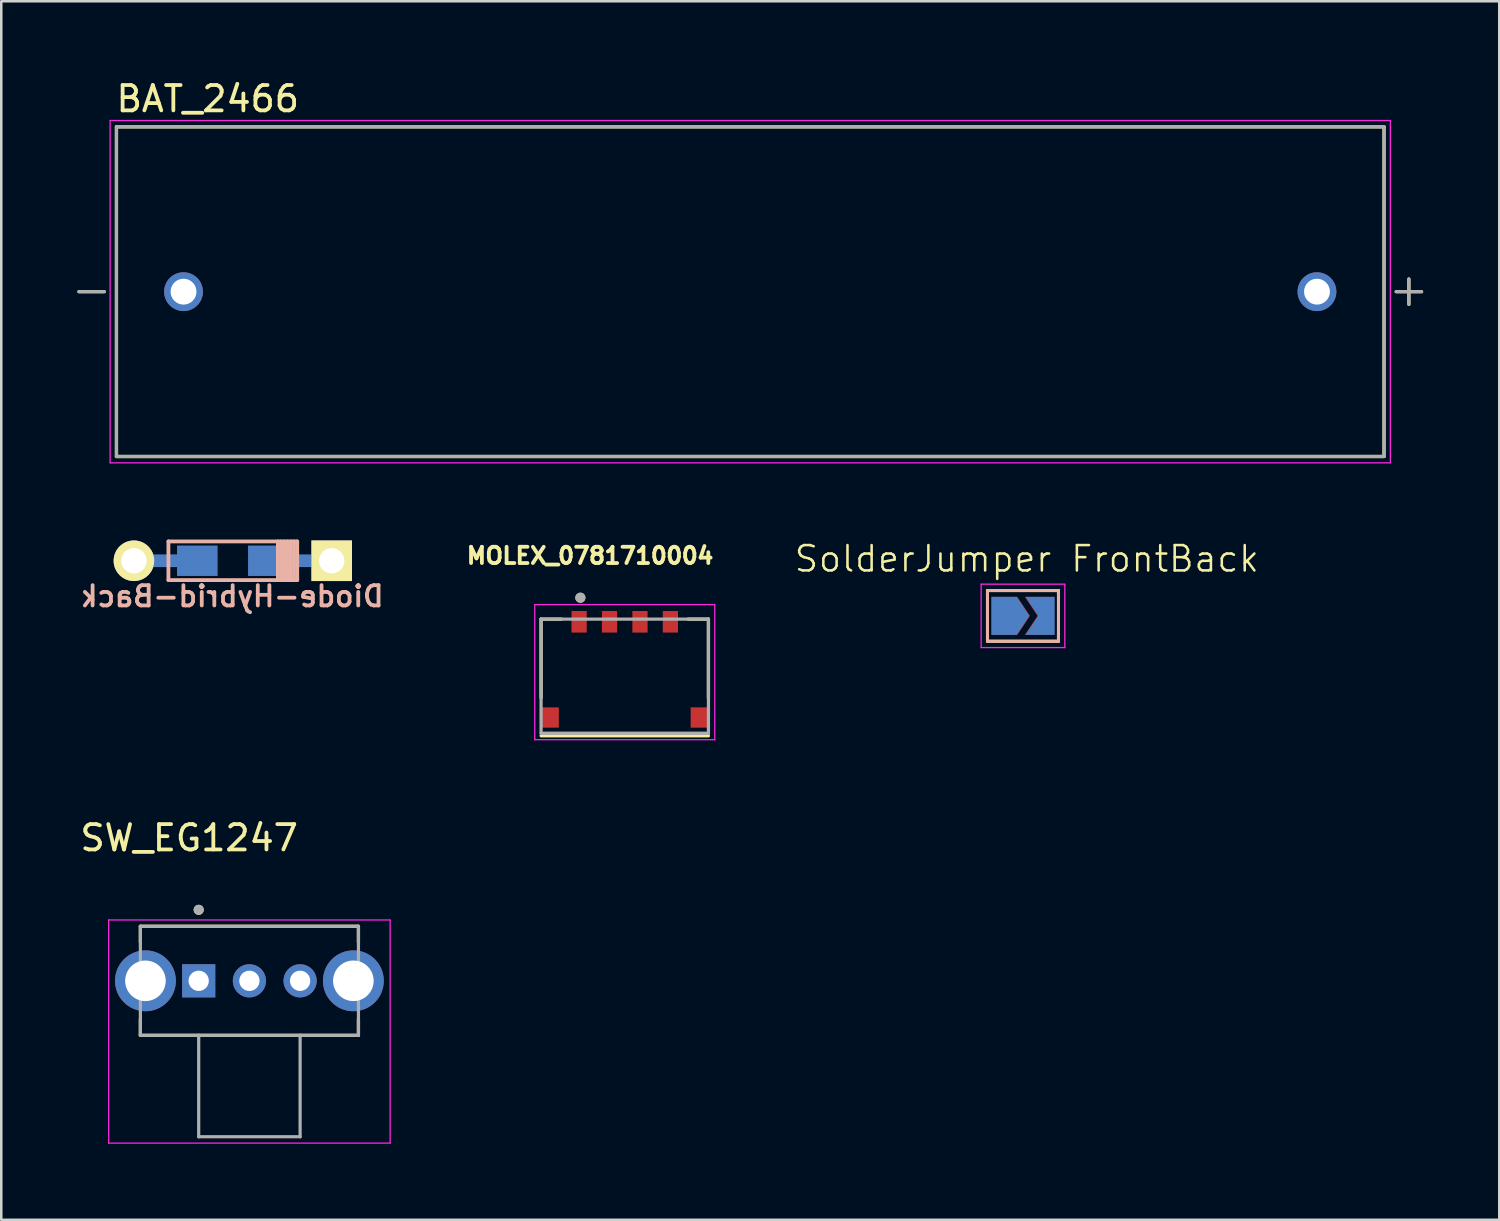
<source format=kicad_pcb>
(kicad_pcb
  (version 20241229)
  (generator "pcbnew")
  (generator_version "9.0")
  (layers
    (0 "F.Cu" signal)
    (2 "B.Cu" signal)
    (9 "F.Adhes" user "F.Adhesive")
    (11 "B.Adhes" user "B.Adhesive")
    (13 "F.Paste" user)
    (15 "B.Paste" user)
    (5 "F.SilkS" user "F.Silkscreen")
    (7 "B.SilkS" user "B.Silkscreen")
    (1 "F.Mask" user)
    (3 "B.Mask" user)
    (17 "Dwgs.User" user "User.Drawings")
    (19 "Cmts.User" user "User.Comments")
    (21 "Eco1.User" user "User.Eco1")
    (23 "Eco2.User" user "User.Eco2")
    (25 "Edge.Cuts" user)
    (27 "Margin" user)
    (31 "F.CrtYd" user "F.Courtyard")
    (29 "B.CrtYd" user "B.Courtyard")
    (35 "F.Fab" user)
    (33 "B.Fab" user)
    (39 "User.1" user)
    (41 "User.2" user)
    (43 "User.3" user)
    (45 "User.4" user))
  (footprint "BAT_2466"
    (layer "F.Cu")
    (at 26.538 8.453)
    (property "Reference" "BAT_2466" (at -21.395 -7.605 0) (layer "F.SilkS") (effects (font (size 1 1) (thickness 0.15))))
    (attr through_hole)
    (fp_line (start -25.475 0) (end -26.475 0) (stroke (width 0.127) (type solid)) (layer "F.SilkS"))
    (fp_line (start -24.995 -6.5) (end 24.995 -6.5) (stroke (width 0.127) (type solid)) (layer "F.SilkS"))
    (fp_line (start -24.995 6.5) (end -24.995 -6.5) (stroke (width 0.127) (type solid)) (layer "F.SilkS"))
    (fp_line (start 24.995 -6.5) (end 24.995 6.5) (stroke (width 0.127) (type solid)) (layer "F.SilkS"))
    (fp_line (start 24.995 6.5) (end -24.995 6.5) (stroke (width 0.127) (type solid)) (layer "F.SilkS"))
    (fp_line (start 25.975 0.5) (end 25.975 -0.5) (stroke (width 0.127) (type solid)) (layer "F.SilkS"))
    (fp_line (start 26.475 0) (end 25.475 0) (stroke (width 0.127) (type solid)) (layer "F.SilkS"))
    (fp_line (start -25.245 -6.75) (end 25.245 -6.75) (stroke (width 0.05) (type solid)) (layer "F.CrtYd"))
    (fp_line (start -25.245 6.75) (end -25.245 -6.75) (stroke (width 0.05) (type solid)) (layer "F.CrtYd"))
    (fp_line (start 25.245 -6.75) (end 25.245 6.75) (stroke (width 0.05) (type solid)) (layer "F.CrtYd"))
    (fp_line (start 25.245 6.75) (end -25.245 6.75) (stroke (width 0.05) (type solid)) (layer "F.CrtYd"))
    (fp_line (start -25.475 0) (end -26.475 0) (stroke (width 0.127) (type solid)) (layer "F.Fab"))
    (fp_line (start -24.995 -6.5) (end 24.995 -6.5) (stroke (width 0.127) (type solid)) (layer "F.Fab"))
    (fp_line (start -24.995 6.5) (end -24.995 -6.5) (stroke (width 0.127) (type solid)) (layer "F.Fab"))
    (fp_line (start 24.995 -6.5) (end 24.995 6.5) (stroke (width 0.127) (type solid)) (layer "F.Fab"))
    (fp_line (start 24.995 6.5) (end -24.995 6.5) (stroke (width 0.127) (type solid)) (layer "F.Fab"))
    (fp_line (start 25.475 0) (end 26.475 0) (stroke (width 0.127) (type solid)) (layer "F.Fab"))
    (fp_line (start 25.975 0.5) (end 25.975 -0.5) (stroke (width 0.127) (type solid)) (layer "F.Fab"))
    (pad "N" thru_hole circle (at -22.35 0) (size 1.53 1.53) (drill 1.02) (layers "*.Cu" "*.Mask"))
    (pad "P" thru_hole circle (at 22.35 0) (size 1.53 1.53) (drill 1.02) (layers "*.Cu" "*.Mask")))
  (footprint "SW_EG1247"
    (layer "F.Cu")
    (at 6.786 35.631)
    (property "Reference" "SW_EG1247" (at -2.375 -5.635 0) (layer "F.SilkS") (effects (font (size 1 1) (thickness 0.15))))
    (attr through_hole)
    (fp_line (start -4.3 -2.15) (end -4.3 -1.52) (stroke (width 0.127) (type solid)) (layer "F.SilkS"))
    (fp_line (start -4.3 2.15) (end -4.3 1.52) (stroke (width 0.127) (type solid)) (layer "F.SilkS"))
    (fp_line (start -4.3 2.15) (end 4.3 2.15) (stroke (width 0.127) (type solid)) (layer "F.SilkS"))
    (fp_line (start 4.3 -2.15) (end -4.3 -2.15) (stroke (width 0.127) (type solid)) (layer "F.SilkS"))
    (fp_line (start 4.3 -1.52) (end 4.3 -2.15) (stroke (width 0.127) (type solid)) (layer "F.SilkS"))
    (fp_line (start 4.3 2.15) (end 4.3 1.52) (stroke (width 0.127) (type solid)) (layer "F.SilkS"))
    (fp_circle (center -2 -2.8) (end -1.9 -2.8) (stroke (width 0.2) (type solid)) (fill no) (layer "F.SilkS"))
    (fp_line (start -5.55 -2.4) (end -5.55 6.4) (stroke (width 0.05) (type solid)) (layer "F.CrtYd"))
    (fp_line (start -5.55 6.4) (end 5.55 6.4) (stroke (width 0.05) (type solid)) (layer "F.CrtYd"))
    (fp_line (start 5.55 -2.4) (end -5.55 -2.4) (stroke (width 0.05) (type solid)) (layer "F.CrtYd"))
    (fp_line (start 5.55 6.4) (end 5.55 -2.4) (stroke (width 0.05) (type solid)) (layer "F.CrtYd"))
    (fp_line (start -4.3 -2.15) (end -4.3 2.15) (stroke (width 0.127) (type solid)) (layer "F.Fab"))
    (fp_line (start -4.3 2.15) (end -2 2.15) (stroke (width 0.127) (type solid)) (layer "F.Fab"))
    (fp_line (start -2 2.15) (end -2 6.15) (stroke (width 0.127) (type solid)) (layer "F.Fab"))
    (fp_line (start -2 2.15) (end 2 2.15) (stroke (width 0.127) (type solid)) (layer "F.Fab"))
    (fp_line (start -2 6.15) (end 2 6.15) (stroke (width 0.127) (type solid)) (layer "F.Fab"))
    (fp_line (start 2 2.15) (end 4.3 2.15) (stroke (width 0.127) (type solid)) (layer "F.Fab"))
    (fp_line (start 2 6.15) (end 2 2.15) (stroke (width 0.127) (type solid)) (layer "F.Fab"))
    (fp_line (start 4.3 -2.15) (end -4.3 -2.15) (stroke (width 0.127) (type solid)) (layer "F.Fab"))
    (fp_line (start 4.3 2.15) (end 4.3 -2.15) (stroke (width 0.127) (type solid)) (layer "F.Fab"))
    (fp_circle (center -2 -2.8) (end -1.9 -2.8) (stroke (width 0.2) (type solid)) (fill no) (layer "F.Fab"))
    (pad "1" thru_hole rect (at -2 0) (size 1.308 1.308) (drill 0.8) (layers "*.Cu" "*.Mask"))
    (pad "2" thru_hole circle (at 0 0) (size 1.308 1.308) (drill 0.8) (layers "*.Cu" "*.Mask"))
    (pad "3" thru_hole circle (at 2 0) (size 1.308 1.308) (drill 0.8) (layers "*.Cu" "*.Mask"))
    (pad "SH1" thru_hole circle (at -4.1 0) (size 2.4 2.4) (drill 1.6) (layers "*.Cu" "*.Mask"))
    (pad "SH2" thru_hole circle (at 4.1 0) (size 2.4 2.4) (drill 1.6) (layers "*.Cu" "*.Mask")))
  (footprint "MOLEX_0781710004"
    (layer "F.Cu")
    (at 21.589 21.472)
    (property "Reference" "MOLEX_0781710004" (at -1.368 -2.606 0) (layer "F.SilkS") (effects (font (size 0.64 0.64) (thickness 0.15))))
    (attr smd)
    (fp_line (start -3.3 -0.105) (end -3.3 3) (stroke (width 0.127) (type solid)) (layer "F.SilkS"))
    (fp_line (start -3.3 4.495) (end 3.3 4.495) (stroke (width 0.127) (type solid)) (layer "F.SilkS"))
    (fp_line (start -2.5 -0.105) (end -3.3 -0.105) (stroke (width 0.127) (type solid)) (layer "F.SilkS"))
    (fp_line (start 2.5 -0.105) (end 3.3 -0.105) (stroke (width 0.127) (type solid)) (layer "F.SilkS"))
    (fp_line (start 3.3 -0.105) (end 3.3 3) (stroke (width 0.127) (type solid)) (layer "F.SilkS"))
    (fp_circle (center -1.75 -0.95) (end -1.65 -0.95) (stroke (width 0.2) (type solid)) (fill no) (layer "F.SilkS"))
    (fp_line (start -3.55 -0.68) (end -3.55 4.65) (stroke (width 0.05) (type solid)) (layer "F.CrtYd"))
    (fp_line (start -3.55 4.65) (end 3.55 4.65) (stroke (width 0.05) (type solid)) (layer "F.CrtYd"))
    (fp_line (start 3.55 -0.68) (end -3.55 -0.68) (stroke (width 0.05) (type solid)) (layer "F.CrtYd"))
    (fp_line (start 3.55 4.65) (end 3.55 -0.68) (stroke (width 0.05) (type solid)) (layer "F.CrtYd"))
    (fp_line (start -3.3 -0.105) (end -3.3 4.395) (stroke (width 0.127) (type solid)) (layer "F.Fab"))
    (fp_line (start -3.3 4.395) (end 3.3 4.395) (stroke (width 0.127) (type solid)) (layer "F.Fab"))
    (fp_line (start 3.3 -0.105) (end -3.3 -0.105) (stroke (width 0.127) (type solid)) (layer "F.Fab"))
    (fp_line (start 3.3 4.395) (end 3.3 -0.105) (stroke (width 0.127) (type solid)) (layer "F.Fab"))
    (fp_circle (center -1.75 -0.95) (end -1.65 -0.95) (stroke (width 0.2) (type solid)) (fill no) (layer "F.Fab"))
    (pad "1" smd rect (at -1.8 0) (size 0.6 0.85) (layers "F.Cu" "F.Mask" "F.Paste"))
    (pad "2" smd rect (at -0.6 0) (size 0.6 0.85) (layers "F.Cu" "F.Mask" "F.Paste"))
    (pad "3" smd rect (at 0.6 0) (size 0.6 0.85) (layers "F.Cu" "F.Mask" "F.Paste"))
    (pad "4" smd rect (at 1.8 0) (size 0.6 0.85) (layers "F.Cu" "F.Mask" "F.Paste"))
    (pad "S1" smd rect (at 2.95 3.775) (size 0.7 0.8) (layers "F.Cu" "F.Mask" "F.Paste"))
    (pad "S2" smd rect (at -2.95 3.775) (size 0.7 0.8) (layers "F.Cu" "F.Mask" "F.Paste")))
  (footprint "SolderJumper FrontBack"
    (layer "F.Cu")
    (at 37.444 21.239)
    (property "Reference" "SolderJumper FrontBack" (at 0 -2.25 0) (unlocked yes) (layer "F.SilkS") (effects (font (size 1 1) (thickness 0.1))))
    (attr smd)
    (fp_line (start -1.55 -1) (end 1.25 -1) (stroke (width 0.12) (type solid)) (layer "F.SilkS"))
    (fp_line (start -1.55 1) (end -1.55 -1) (stroke (width 0.12) (type solid)) (layer "F.SilkS"))
    (fp_line (start 1.25 -1) (end 1.25 1) (stroke (width 0.12) (type solid)) (layer "F.SilkS"))
    (fp_line (start 1.25 1) (end -1.55 1) (stroke (width 0.12) (type solid)) (layer "F.SilkS"))
    (fp_line (start -1.55 -1) (end 1.25 -1) (stroke (width 0.12) (type solid)) (layer "B.SilkS"))
    (fp_line (start -1.55 1) (end -1.55 -1) (stroke (width 0.12) (type solid)) (layer "B.SilkS"))
    (fp_line (start 1.25 -1) (end 1.25 1) (stroke (width 0.12) (type solid)) (layer "B.SilkS"))
    (fp_line (start 1.25 1) (end -1.55 1) (stroke (width 0.12) (type solid)) (layer "B.SilkS"))
    (fp_line (start -1.8 -1.25) (end -1.8 1.25) (stroke (width 0.05) (type solid)) (layer "F.CrtYd"))
    (fp_line (start -1.8 -1.25) (end 1.5 -1.25) (stroke (width 0.05) (type solid)) (layer "F.CrtYd"))
    (fp_line (start 1.5 1.25) (end -1.8 1.25) (stroke (width 0.05) (type solid)) (layer "F.CrtYd"))
    (fp_line (start 1.5 1.25) (end 1.5 -1.25) (stroke (width 0.05) (type solid)) (layer "F.CrtYd"))
    (pad "1" smd custom (at -0.9 0 180) (size 0.3 0.3) (layers "B.Cu" "B.Mask") (options (anchor rect)) (primitives (gr_poly (pts (xy -1 0) (xy -0.5 0.75) (xy 0.5 0.75) (xy 0.5 -0.75) (xy -0.5 -0.75)) (width 0) (fill yes))))
    (pad "1" smd custom (at -0.875 0) (size 0.3 0.3) (layers "F.Cu" "F.Mask") (options (anchor rect)) (primitives (gr_poly (pts (xy 1 0) (xy 0.5 0.75) (xy -0.5 0.75) (xy -0.5 -0.75) (xy 0.5 -0.75)) (width 0) (fill yes))))
    (pad "2" smd custom (at 0.575 0) (size 0.3 0.3) (layers "F.Cu" "F.Mask") (options (anchor rect)) (primitives (gr_poly (pts (xy 0.5 0.75) (xy -0.65 0.75) (xy -0.15 0) (xy -0.65 -0.75) (xy 0.5 -0.75)) (width 0) (fill yes))))
    (pad "2" smd custom (at 0.6 0 180) (size 0.3 0.3) (layers "B.Cu" "B.Mask") (options (anchor rect)) (primitives (gr_poly (pts (xy -0.5 0.75) (xy 0.65 0.75) (xy 0.15 0) (xy 0.65 -0.75) (xy -0.5 -0.75)) (width 0) (fill yes)))))
  (footprint "Diode-Hybrid-Back"
    (layer "F.Cu")
    (at 6.132 19.065)
    (property "Reference" "Diode-Hybrid-Back" (at -0.025 1.4 0) (layer "B.SilkS") (effects (font (size 0.8 0.8) (thickness 0.15)) (justify mirror)))
    (attr smd)
    (fp_line (start -2.54 -0.762) (end -2.54 0.762) (stroke (width 0.15) (type solid)) (layer "B.SilkS"))
    (fp_line (start -2.54 0.762) (end 2.54 0.762) (stroke (width 0.15) (type solid)) (layer "B.SilkS"))
    (fp_line (start 1.778 0.762) (end 1.778 -0.762) (stroke (width 0.15) (type solid)) (layer "B.SilkS"))
    (fp_line (start 1.905 0.762) (end 1.905 -0.762) (stroke (width 0.15) (type solid)) (layer "B.SilkS"))
    (fp_line (start 2.032 -0.762) (end 2.032 0.762) (stroke (width 0.15) (type solid)) (layer "B.SilkS"))
    (fp_line (start 2.159 0.762) (end 2.159 -0.762) (stroke (width 0.15) (type solid)) (layer "B.SilkS"))
    (fp_line (start 2.286 -0.762) (end 2.286 0.762) (stroke (width 0.15) (type solid)) (layer "B.SilkS"))
    (fp_line (start 2.413 0.762) (end 2.413 -0.762) (stroke (width 0.15) (type solid)) (layer "B.SilkS"))
    (fp_line (start 2.54 -0.762) (end -2.54 -0.762) (stroke (width 0.15) (type solid)) (layer "B.SilkS"))
    (fp_line (start 2.54 0.762) (end 2.54 -0.762) (stroke (width 0.15) (type solid)) (layer "B.SilkS"))
    (pad "1" smd rect (at 1.4 0) (size 1.6 1.2) (layers "B.Cu" "B.Mask" "B.Paste"))
    (pad "1" smd rect (at 2.5 0) (size 2.9 0.5) (layers "B.Cu"))
    (pad "1" thru_hole rect (at 3.9 0) (size 1.6 1.6) (drill 1) (layers "*.Cu" "*.Mask" "F.SilkS"))
    (pad "2" thru_hole circle (at -3.9 0) (size 1.6 1.6) (drill 1) (layers "*.Cu" "*.Mask" "F.SilkS"))
    (pad "2" smd rect (at -2.5 0) (size 2.9 0.5) (layers "B.Cu"))
    (pad "2" smd rect (at -1.4 0) (size 1.6 1.2) (layers "B.Cu" "B.Mask" "B.Paste")))
  (gr_rect
    (start -3 -3)
    (end 56.077 45.056)
    (stroke (width 0.1) (type default))
    (fill no)
    (layer "Edge.Cuts")))
</source>
